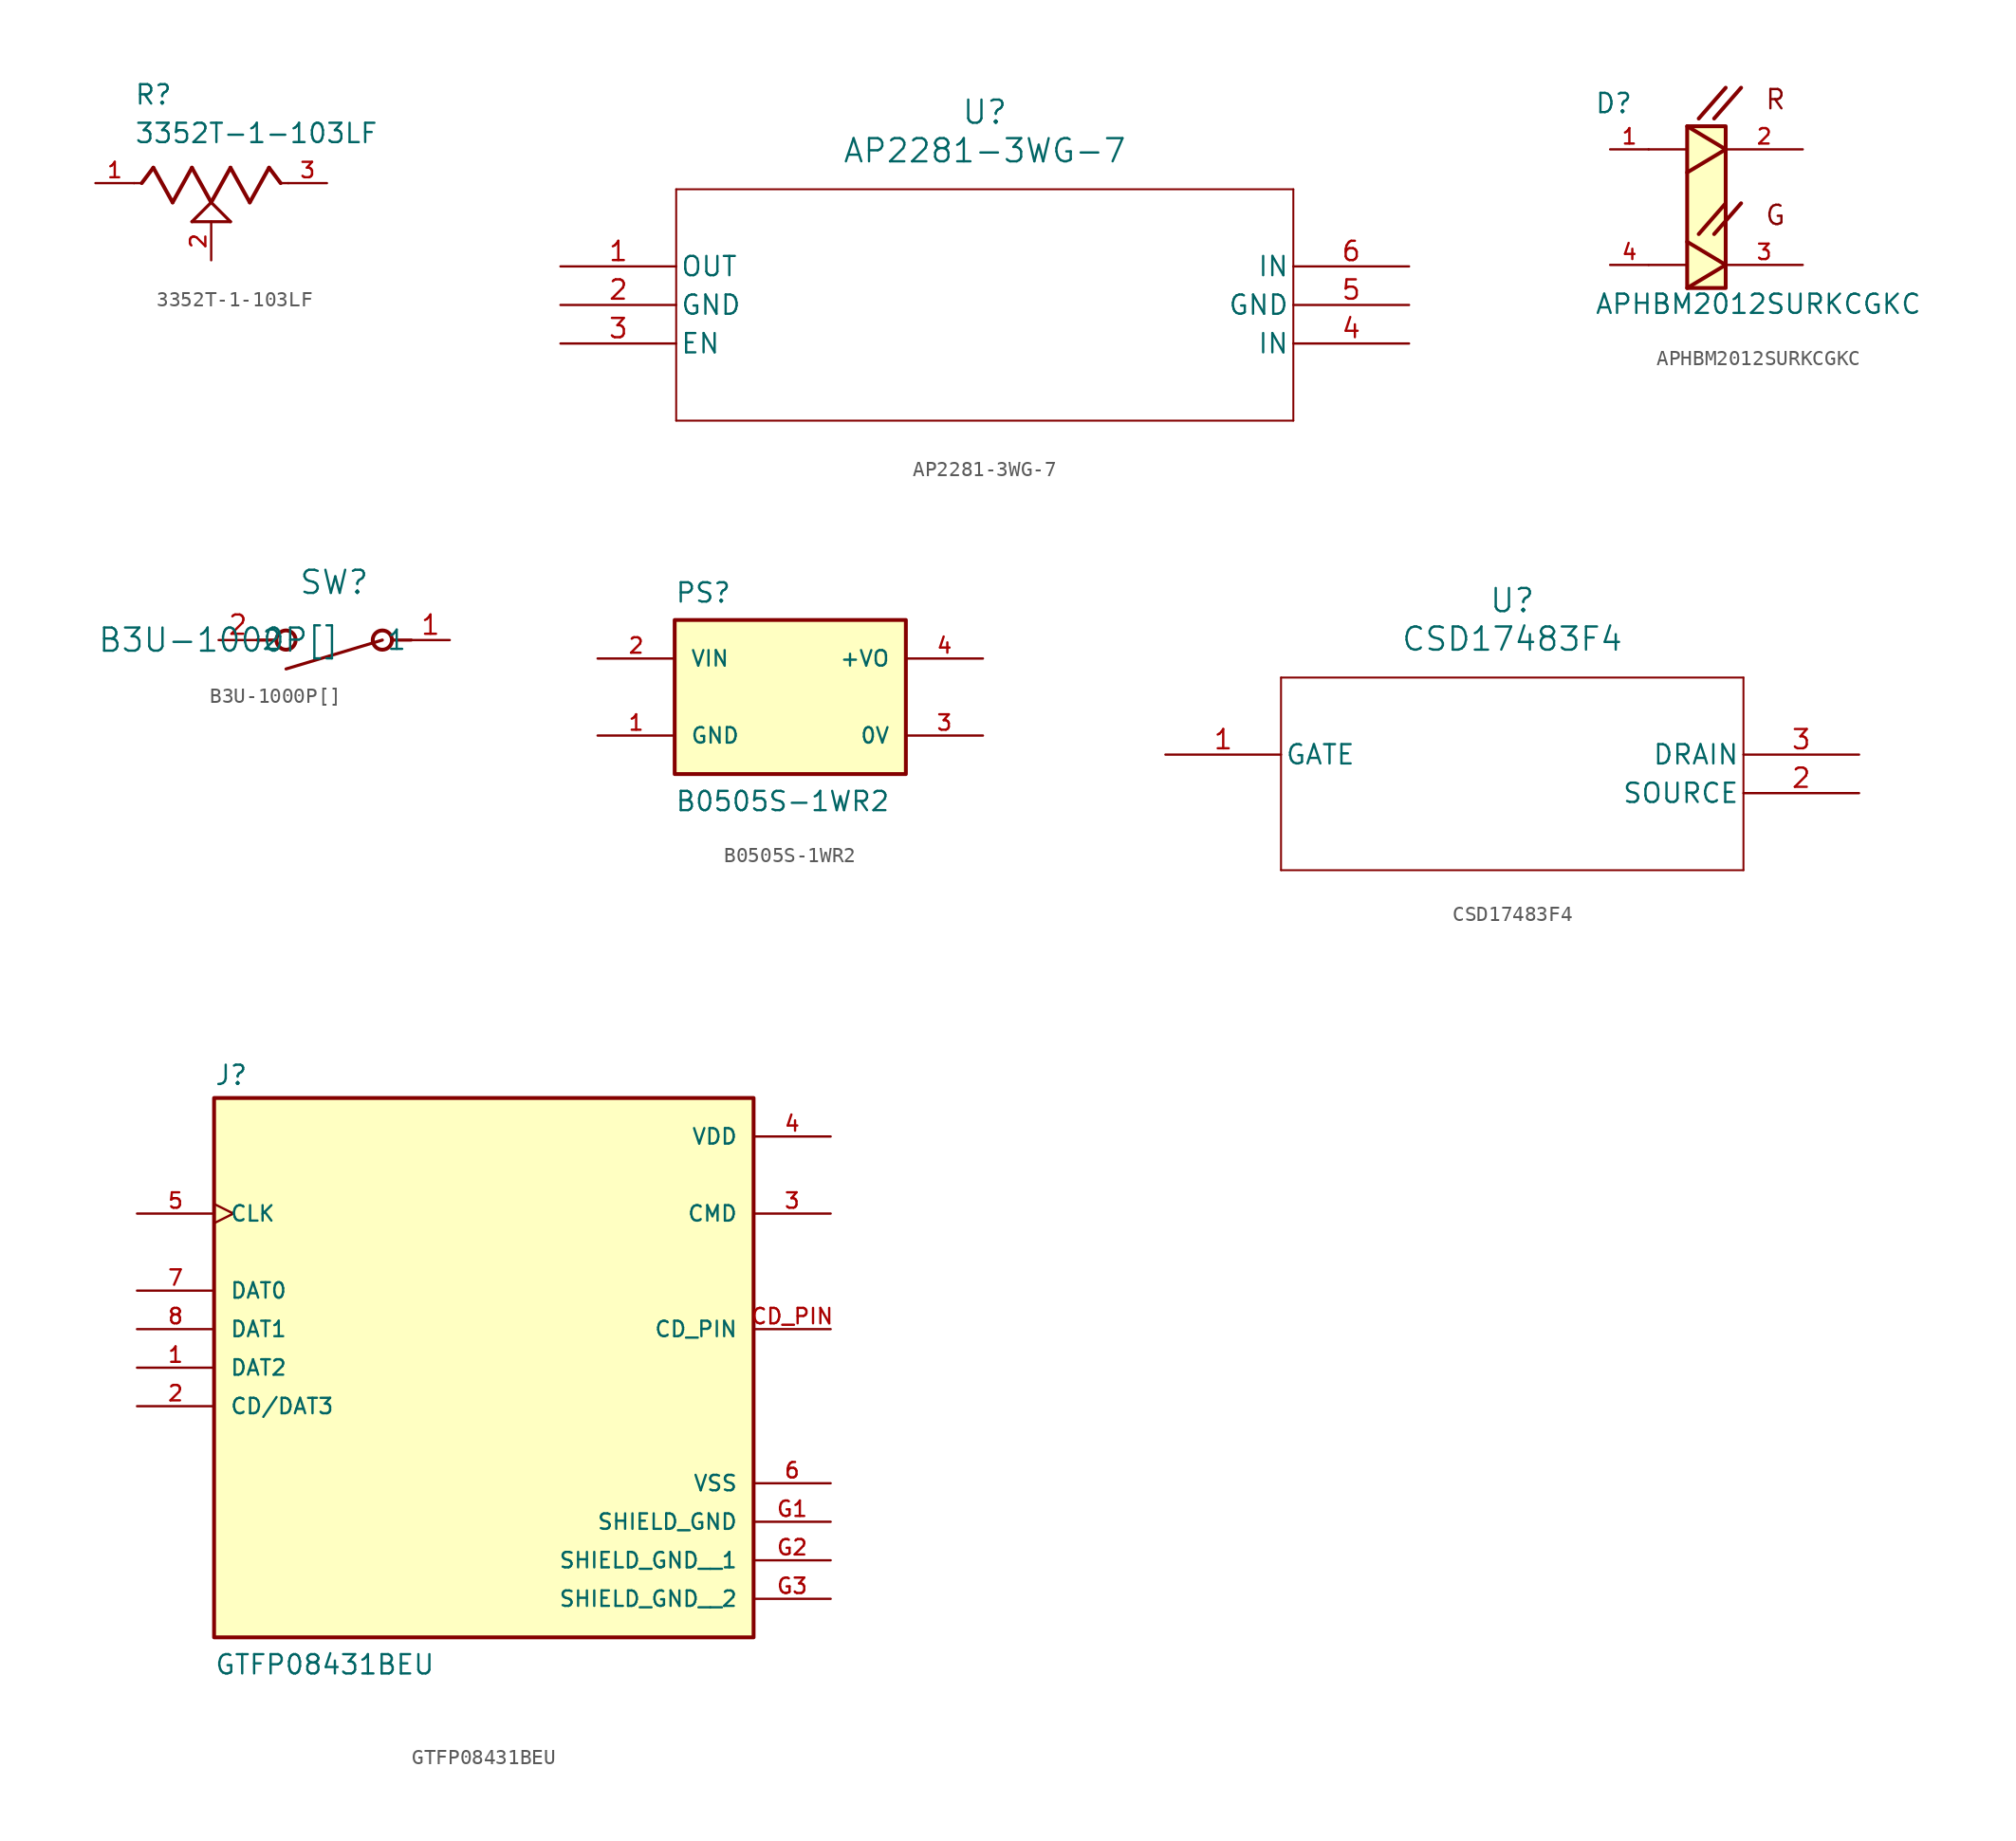
<source format=kicad_sym>
(kicad_symbol_lib
  (version 20220914)
  (generator kicad_symbol_editor)
  (symbol "3352T-1-103LF"
    (pin_names
      (offset 1.016))
    (property "Reference" "R"
      (at -5.08 5.08 0)
      (effects (font (size 1.27 1.27)) (justify left bottom)))
    (property "Value" "3352T-1-103LF"
      (at -5.08 2.54 0)
      (effects (font (size 1.27 1.27)) (justify left bottom)))
    (symbol "3352T-1-103LF_0_0"
      (polyline (pts (xy -5.08 0) (xy -4.572 0)) (stroke (width 0.152) (type default)) (fill (type none)))
      (polyline (pts (xy -4.572 0) (xy -3.81 1.016)) (stroke (width 0.254) (type default)) (fill (type none)))
      (polyline (pts (xy -3.81 1.016) (xy -2.54 -1.27)) (stroke (width 0.254) (type default)) (fill (type none)))
      (polyline (pts (xy -2.54 -1.27) (xy -1.27 1.016)) (stroke (width 0.254) (type default)) (fill (type none)))
      (polyline (pts (xy -1.27 -2.54) (xy 0 -1.27)) (stroke (width 0.203) (type default)) (fill (type none)))
      (polyline (pts (xy -1.27 1.016) (xy 0 -1.27)) (stroke (width 0.254) (type default)) (fill (type none)))
      (polyline (pts (xy 0 -1.27) (xy 1.27 -2.54)) (stroke (width 0.203) (type default)) (fill (type none)))
      (polyline (pts (xy 0 -1.27) (xy 1.27 1.016)) (stroke (width 0.254) (type default)) (fill (type none)))
      (polyline (pts (xy 1.27 -2.54) (xy -1.27 -2.54)) (stroke (width 0.203) (type default)) (fill (type none)))
      (polyline (pts (xy 1.27 1.016) (xy 2.54 -1.27)) (stroke (width 0.254) (type default)) (fill (type none)))
      (polyline (pts (xy 2.54 -1.27) (xy 3.81 1.016)) (stroke (width 0.254) (type default)) (fill (type none)))
      (polyline (pts (xy 3.81 1.016) (xy 4.572 0)) (stroke (width 0.254) (type default)) (fill (type none)))
      (polyline (pts (xy 4.572 0) (xy 5.08 0)) (stroke (width 0.152) (type default)) (fill (type none)))
      (pin passive line (at -7.62 0 0) (length 2.54) (name "~" (effects (font (size 1.016 1.016)))) (number "1" (effects (font (size 1.016 1.016)))))
      (pin passive line (at 0 -5.08 90) (length 2.54) (name "~" (effects (font (size 1.016 1.016)))) (number "2" (effects (font (size 1.016 1.016)))))
      (pin passive line (at 7.62 0 180) (length 2.54) (name "~" (effects (font (size 1.016 1.016)))) (number "3" (effects (font (size 1.016 1.016)))))))
  (symbol "AP2281-3WG-7"
    (pin_names
      (offset 0.254))
    (property "Reference" "U"
      (at 27.94 10.16 0)
      (effects (font (size 1.524 1.524))))
    (property "Value" "AP2281-3WG-7"
      (at 27.94 7.62 0)
      (effects (font (size 1.524 1.524))))
    (symbol "AP2281-3WG-7_0_1"
      (polyline (pts (xy 7.62 -10.16) (xy 48.26 -10.16)) (stroke (width 0.127) (type default)) (fill (type none)))
      (polyline (pts (xy 7.62 5.08) (xy 7.62 -10.16)) (stroke (width 0.127) (type default)) (fill (type none)))
      (polyline (pts (xy 48.26 -10.16) (xy 48.26 5.08)) (stroke (width 0.127) (type default)) (fill (type none)))
      (polyline (pts (xy 48.26 5.08) (xy 7.62 5.08)) (stroke (width 0.127) (type default)) (fill (type none)))
      (pin output line (at 0 0 0) (length 7.62) (name "OUT" (effects (font (size 1.27 1.27)))) (number "1" (effects (font (size 1.27 1.27)))))
      (pin power_in line (at 0 -2.54 0) (length 7.62) (name "GND" (effects (font (size 1.27 1.27)))) (number "2" (effects (font (size 1.27 1.27)))))
      (pin input line (at 0 -5.08 0) (length 7.62) (name "EN" (effects (font (size 1.27 1.27)))) (number "3" (effects (font (size 1.27 1.27)))))
      (pin input line (at 55.88 -5.08 180) (length 7.62) (name "IN" (effects (font (size 1.27 1.27)))) (number "4" (effects (font (size 1.27 1.27)))))
      (pin power_in line (at 55.88 -2.54 180) (length 7.62) (name "GND" (effects (font (size 1.27 1.27)))) (number "5" (effects (font (size 1.27 1.27)))))
      (pin input line (at 55.88 0 180) (length 7.62) (name "IN" (effects (font (size 1.27 1.27)))) (number "6" (effects (font (size 1.27 1.27)))))))
  (symbol "APHBM2012SURKCGKC"
    (pin_names
      (offset 1.016))
    (property "Reference" "D"
      (at -8.661 4.833 0)
      (effects (font (size 1.27 1.27)) (justify left bottom)))
    (property "Value" "APHBM2012SURKCGKC"
      (at -8.653 -8.408 0)
      (effects (font (size 1.27 1.27)) (justify left bottom)))
    (symbol "APHBM2012SURKCGKC_0_0"
      (rectangle (start -2.54 -6.604) (end 0 4.064) (stroke (width 0.254) (type default)) (fill (type background)))
      (polyline (pts (xy -2.54 -6.604) (xy 0 -5.08)) (stroke (width 0.254) (type default)) (fill (type none)))
      (polyline (pts (xy -2.54 -5.08) (xy -5.08 -5.08)) (stroke (width 0.152) (type default)) (fill (type none)))
      (polyline (pts (xy -2.54 1.016) (xy 0 2.54)) (stroke (width 0.254) (type default)) (fill (type none)))
      (polyline (pts (xy -2.54 2.54) (xy -5.08 2.54)) (stroke (width 0.152) (type default)) (fill (type none)))
      (polyline (pts (xy -1.778 -3.048) (xy 0 -1.016)) (stroke (width 0.254) (type default)) (fill (type none)))
      (polyline (pts (xy -1.778 4.572) (xy 0 6.604)) (stroke (width 0.254) (type default)) (fill (type none)))
      (polyline (pts (xy -0.762 -3.048) (xy 1.016 -1.016)) (stroke (width 0.254) (type default)) (fill (type none)))
      (polyline (pts (xy -0.762 4.572) (xy 1.016 6.604)) (stroke (width 0.254) (type default)) (fill (type none)))
      (polyline (pts (xy 0 -5.08) (xy -2.54 -3.556)) (stroke (width 0.254) (type default)) (fill (type none)))
      (polyline (pts (xy 0 2.54) (xy -2.54 4.064)) (stroke (width 0.254) (type default)) (fill (type none)))
      (text "G" (at 2.544 -2.548 0) (effects (font (size 1.272 1.272)) (justify left bottom)))
      (text "R" (at 2.545 5.085 0) (effects (font (size 1.272 1.272)) (justify left bottom)))
      (pin passive line (at -7.62 2.54 0) (length 2.54) (name "~" (effects (font (size 1.016 1.016)))) (number "1" (effects (font (size 1.016 1.016)))))
      (pin passive line (at 5.08 2.54 180) (length 5.08) (name "~" (effects (font (size 1.016 1.016)))) (number "2" (effects (font (size 1.016 1.016)))))
      (pin passive line (at 5.08 -5.08 180) (length 5.08) (name "~" (effects (font (size 1.016 1.016)))) (number "3" (effects (font (size 1.016 1.016)))))
      (pin passive line (at -7.62 -5.08 0) (length 2.54) (name "~" (effects (font (size 1.016 1.016)))) (number "4" (effects (font (size 1.016 1.016)))))))
  (symbol "B3U-1000P[]"
    (pin_names
      (offset 0.254))
    (property "Reference" "SW"
      (at 7.62 3.81 0)
      (effects (font (size 1.524 1.524))))
    (property "Value" "B3U-1000P[]"
      (at 0 0 0)
      (effects (font (size 1.524 1.524))))
    (symbol "B3U-1000P[]_0_1"
      (polyline (pts (xy 2.54 0) (xy 3.81 0)) (stroke (width 0.203) (type default)) (fill (type none)))
      (polyline (pts (xy 4.445 -1.905) (xy 10.795 0)) (stroke (width 0.203) (type default)) (fill (type none)))
      (polyline (pts (xy 12.7 0) (xy 11.43 0)) (stroke (width 0.203) (type default)) (fill (type none)))
      (circle (center 4.445 0) (radius 0.635) (stroke (width 0.254) (type default)) (fill (type none)))
      (circle (center 10.795 0) (radius 0.635) (stroke (width 0.254) (type default)) (fill (type none)))
      (pin unspecified line (at 15.24 0 180) (length 2.54) (name "1" (effects (font (size 1.27 1.27)))) (number "1" (effects (font (size 1.27 1.27)))))
      (pin unspecified line (at 0 0 0) (length 2.54) (name "2" (effects (font (size 1.27 1.27)))) (number "2" (effects (font (size 1.27 1.27)))))))
  (symbol "B0505S-1WR2"
    (pin_names
      (offset 1.016))
    (property "Reference" "PS"
      (at -7.62 7.62 0)
      (effects (font (size 1.27 1.27)) (justify left top)))
    (property "Value" "B0505S-1WR2"
      (at -7.62 -7.62 0)
      (effects (font (size 1.27 1.27)) (justify left bottom)))
    (symbol "B0505S-1WR2_0_0"
      (rectangle (start -7.62 -5.08) (end 7.62 5.08) (stroke (width 0.254) (type default)) (fill (type background)))
      (pin power_in line (at -12.7 -2.54 0) (length 5.08) (name "GND" (effects (font (size 1.016 1.016)))) (number "1" (effects (font (size 1.016 1.016)))))
      (pin input line (at -12.7 2.54 0) (length 5.08) (name "VIN" (effects (font (size 1.016 1.016)))) (number "2" (effects (font (size 1.016 1.016)))))
      (pin power_in line (at 12.7 -2.54 180) (length 5.08) (name "0V" (effects (font (size 1.016 1.016)))) (number "3" (effects (font (size 1.016 1.016)))))
      (pin output line (at 12.7 2.54 180) (length 5.08) (name "+VO" (effects (font (size 1.016 1.016)))) (number "4" (effects (font (size 1.016 1.016)))))))
  (symbol "CSD17483F4"
    (pin_names
      (offset 0.254))
    (property "Reference" "U"
      (at 22.86 10.16 0)
      (effects (font (size 1.524 1.524))))
    (property "Value" "CSD17483F4"
      (at 22.86 7.62 0)
      (effects (font (size 1.524 1.524))))
    (symbol "CSD17483F4_0_1"
      (polyline (pts (xy 7.62 -7.62) (xy 38.1 -7.62)) (stroke (width 0.127) (type default)) (fill (type none)))
      (polyline (pts (xy 7.62 5.08) (xy 7.62 -7.62)) (stroke (width 0.127) (type default)) (fill (type none)))
      (polyline (pts (xy 38.1 -7.62) (xy 38.1 5.08)) (stroke (width 0.127) (type default)) (fill (type none)))
      (polyline (pts (xy 38.1 5.08) (xy 7.62 5.08)) (stroke (width 0.127) (type default)) (fill (type none)))
      (pin unspecified line (at 0 0 0) (length 7.62) (name "GATE" (effects (font (size 1.27 1.27)))) (number "1" (effects (font (size 1.27 1.27)))))
      (pin unspecified line (at 45.72 -2.54 180) (length 7.62) (name "SOURCE" (effects (font (size 1.27 1.27)))) (number "2" (effects (font (size 1.27 1.27)))))
      (pin unspecified line (at 45.72 0 180) (length 7.62) (name "DRAIN" (effects (font (size 1.27 1.27)))) (number "3" (effects (font (size 1.27 1.27)))))))
  (symbol "GTFP08431BEU"
    (pin_names
      (offset 1.016))
    (property "Reference" "J"
      (at -17.78 16.002 0)
      (effects (font (size 1.27 1.27)) (justify left bottom)))
    (property "Value" "GTFP08431BEU"
      (at -17.78 -22.86 0)
      (effects (font (size 1.27 1.27)) (justify left bottom)))
    (symbol "GTFP08431BEU_0_0"
      (rectangle (start -17.78 -20.32) (end 17.78 15.24) (stroke (width 0.254) (type default)) (fill (type background)))
      (pin bidirectional line (at -22.86 -2.54 0) (length 5.08) (name "DAT2" (effects (font (size 1.016 1.016)))) (number "1" (effects (font (size 1.016 1.016)))))
      (pin bidirectional line (at -22.86 -5.08 0) (length 5.08) (name "CD/DAT3" (effects (font (size 1.016 1.016)))) (number "2" (effects (font (size 1.016 1.016)))))
      (pin bidirectional line (at 22.86 7.62 180) (length 5.08) (name "CMD" (effects (font (size 1.016 1.016)))) (number "3" (effects (font (size 1.016 1.016)))))
      (pin power_in line (at 22.86 12.7 180) (length 5.08) (name "VDD" (effects (font (size 1.016 1.016)))) (number "4" (effects (font (size 1.016 1.016)))))
      (pin bidirectional clock (at -22.86 7.62 0) (length 5.08) (name "CLK" (effects (font (size 1.016 1.016)))) (number "5" (effects (font (size 1.016 1.016)))))
      (pin power_in line (at 22.86 -10.16 180) (length 5.08) (name "VSS" (effects (font (size 1.016 1.016)))) (number "6" (effects (font (size 1.016 1.016)))))
      (pin bidirectional line (at -22.86 2.54 0) (length 5.08) (name "DAT0" (effects (font (size 1.016 1.016)))) (number "7" (effects (font (size 1.016 1.016)))))
      (pin bidirectional line (at -22.86 0 0) (length 5.08) (name "DAT1" (effects (font (size 1.016 1.016)))) (number "8" (effects (font (size 1.016 1.016)))))
      (pin bidirectional line (at 22.86 0 180) (length 5.08) (name "CD_PIN" (effects (font (size 1.016 1.016)))) (number "CD_PIN" (effects (font (size 1.016 1.016)))))
      (pin power_in line (at 22.86 -12.7 180) (length 5.08) (name "SHIELD_GND" (effects (font (size 1.016 1.016)))) (number "G1" (effects (font (size 1.016 1.016)))))
      (pin power_in line (at 22.86 -15.24 180) (length 5.08) (name "SHIELD_GND__1" (effects (font (size 1.016 1.016)))) (number "G2" (effects (font (size 1.016 1.016)))))
      (pin power_in line (at 22.86 -17.78 180) (length 5.08) (name "SHIELD_GND__2" (effects (font (size 1.016 1.016)))) (number "G3" (effects (font (size 1.016 1.016))))))))
</source>
